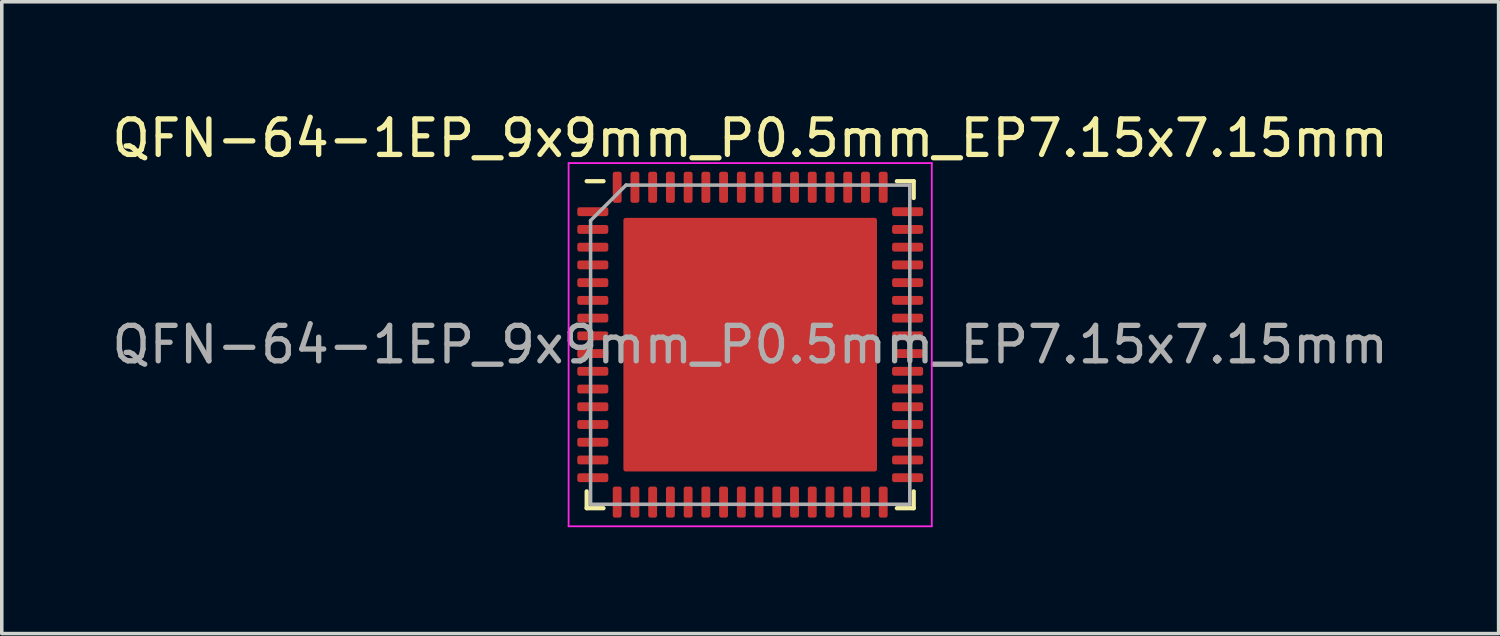
<source format=kicad_pcb>
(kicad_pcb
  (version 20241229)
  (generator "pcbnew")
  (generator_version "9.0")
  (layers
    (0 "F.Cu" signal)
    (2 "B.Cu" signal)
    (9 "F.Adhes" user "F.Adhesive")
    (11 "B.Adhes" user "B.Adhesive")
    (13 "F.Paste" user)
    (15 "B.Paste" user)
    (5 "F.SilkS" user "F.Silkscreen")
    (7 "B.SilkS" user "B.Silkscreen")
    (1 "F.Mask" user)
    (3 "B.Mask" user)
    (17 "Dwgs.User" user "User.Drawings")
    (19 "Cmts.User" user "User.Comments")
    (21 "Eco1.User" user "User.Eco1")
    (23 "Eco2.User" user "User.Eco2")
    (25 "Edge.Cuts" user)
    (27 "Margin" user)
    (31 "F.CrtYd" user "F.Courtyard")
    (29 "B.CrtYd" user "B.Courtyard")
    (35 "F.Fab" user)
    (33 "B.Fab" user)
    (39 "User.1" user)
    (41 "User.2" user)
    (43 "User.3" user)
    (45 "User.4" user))
  (footprint "QFN-64-1EP_9x9mm_P0.5mm_EP7.15x7.15mm"
    (layer "F.Cu")
    (at 18.101 6.668)
    (property "Reference" "QFN-64-1EP_9x9mm_P0.5mm_EP7.15x7.15mm" (at 0 -5.82 0) (layer "F.SilkS") (effects (font (size 1 1) (thickness 0.15))))
    (attr smd)
    (fp_line (start -4.61 4.61) (end -4.61 4.135) (stroke (width 0.12) (type solid)) (layer "F.SilkS"))
    (fp_line (start -4.135 -4.61) (end -4.61 -4.61) (stroke (width 0.12) (type solid)) (layer "F.SilkS"))
    (fp_line (start -4.135 4.61) (end -4.61 4.61) (stroke (width 0.12) (type solid)) (layer "F.SilkS"))
    (fp_line (start 4.135 -4.61) (end 4.61 -4.61) (stroke (width 0.12) (type solid)) (layer "F.SilkS"))
    (fp_line (start 4.135 4.61) (end 4.61 4.61) (stroke (width 0.12) (type solid)) (layer "F.SilkS"))
    (fp_line (start 4.61 -4.61) (end 4.61 -4.135) (stroke (width 0.12) (type solid)) (layer "F.SilkS"))
    (fp_line (start 4.61 4.61) (end 4.61 4.135) (stroke (width 0.12) (type solid)) (layer "F.SilkS"))
    (fp_line (start -5.12 -5.12) (end -5.12 5.12) (stroke (width 0.05) (type solid)) (layer "F.CrtYd"))
    (fp_line (start -5.12 5.12) (end 5.12 5.12) (stroke (width 0.05) (type solid)) (layer "F.CrtYd"))
    (fp_line (start 5.12 -5.12) (end -5.12 -5.12) (stroke (width 0.05) (type solid)) (layer "F.CrtYd"))
    (fp_line (start 5.12 5.12) (end 5.12 -5.12) (stroke (width 0.05) (type solid)) (layer "F.CrtYd"))
    (fp_line (start -4.5 -3.5) (end -3.5 -4.5) (stroke (width 0.1) (type solid)) (layer "F.Fab"))
    (fp_line (start -4.5 4.5) (end -4.5 -3.5) (stroke (width 0.1) (type solid)) (layer "F.Fab"))
    (fp_line (start -3.5 -4.5) (end 4.5 -4.5) (stroke (width 0.1) (type solid)) (layer "F.Fab"))
    (fp_line (start 4.5 -4.5) (end 4.5 4.5) (stroke (width 0.1) (type solid)) (layer "F.Fab"))
    (fp_line (start 4.5 4.5) (end -4.5 4.5) (stroke (width 0.1) (type solid)) (layer "F.Fab"))
    (fp_text user "${REFERENCE}" (at 0 0 0) (layer "F.Fab") (effects (font (size 1 1) (thickness 0.15))))
    (pad "" smd roundrect (at -2.86 -2.86) (size 1.15 1.15) (layers "F.Paste") (roundrect_rratio 0.217))
    (pad "" smd roundrect (at -2.86 -1.43) (size 1.15 1.15) (layers "F.Paste") (roundrect_rratio 0.217))
    (pad "" smd roundrect (at -2.86 0) (size 1.15 1.15) (layers "F.Paste") (roundrect_rratio 0.217))
    (pad "" smd roundrect (at -2.86 1.43) (size 1.15 1.15) (layers "F.Paste") (roundrect_rratio 0.217))
    (pad "" smd roundrect (at -2.86 2.86) (size 1.15 1.15) (layers "F.Paste") (roundrect_rratio 0.217))
    (pad "" smd roundrect (at -1.43 -2.86) (size 1.15 1.15) (layers "F.Paste") (roundrect_rratio 0.217))
    (pad "" smd roundrect (at -1.43 -1.43) (size 1.15 1.15) (layers "F.Paste") (roundrect_rratio 0.217))
    (pad "" smd roundrect (at -1.43 0) (size 1.15 1.15) (layers "F.Paste") (roundrect_rratio 0.217))
    (pad "" smd roundrect (at -1.43 1.43) (size 1.15 1.15) (layers "F.Paste") (roundrect_rratio 0.217))
    (pad "" smd roundrect (at -1.43 2.86) (size 1.15 1.15) (layers "F.Paste") (roundrect_rratio 0.217))
    (pad "" smd roundrect (at 0 -2.86) (size 1.15 1.15) (layers "F.Paste") (roundrect_rratio 0.217))
    (pad "" smd roundrect (at 0 -1.43) (size 1.15 1.15) (layers "F.Paste") (roundrect_rratio 0.217))
    (pad "" smd roundrect (at 0 0) (size 1.15 1.15) (layers "F.Paste") (roundrect_rratio 0.217))
    (pad "" smd roundrect (at 0 1.43) (size 1.15 1.15) (layers "F.Paste") (roundrect_rratio 0.217))
    (pad "" smd roundrect (at 0 2.86) (size 1.15 1.15) (layers "F.Paste") (roundrect_rratio 0.217))
    (pad "" smd roundrect (at 1.43 -2.86) (size 1.15 1.15) (layers "F.Paste") (roundrect_rratio 0.217))
    (pad "" smd roundrect (at 1.43 -1.43) (size 1.15 1.15) (layers "F.Paste") (roundrect_rratio 0.217))
    (pad "" smd roundrect (at 1.43 0) (size 1.15 1.15) (layers "F.Paste") (roundrect_rratio 0.217))
    (pad "" smd roundrect (at 1.43 1.43) (size 1.15 1.15) (layers "F.Paste") (roundrect_rratio 0.217))
    (pad "" smd roundrect (at 1.43 2.86) (size 1.15 1.15) (layers "F.Paste") (roundrect_rratio 0.217))
    (pad "" smd roundrect (at 2.86 -2.86) (size 1.15 1.15) (layers "F.Paste") (roundrect_rratio 0.217))
    (pad "" smd roundrect (at 2.86 -1.43) (size 1.15 1.15) (layers "F.Paste") (roundrect_rratio 0.217))
    (pad "" smd roundrect (at 2.86 0) (size 1.15 1.15) (layers "F.Paste") (roundrect_rratio 0.217))
    (pad "" smd roundrect (at 2.86 1.43) (size 1.15 1.15) (layers "F.Paste") (roundrect_rratio 0.217))
    (pad "" smd roundrect (at 2.86 2.86) (size 1.15 1.15) (layers "F.Paste") (roundrect_rratio 0.217))
    (pad "1" smd roundrect (at -4.438 -3.75) (size 0.875 0.25) (layers "F.Cu" "F.Mask" "F.Paste") (roundrect_rratio 0.25))
    (pad "2" smd roundrect (at -4.438 -3.25) (size 0.875 0.25) (layers "F.Cu" "F.Mask" "F.Paste") (roundrect_rratio 0.25))
    (pad "3" smd roundrect (at -4.438 -2.75) (size 0.875 0.25) (layers "F.Cu" "F.Mask" "F.Paste") (roundrect_rratio 0.25))
    (pad "4" smd roundrect (at -4.438 -2.25) (size 0.875 0.25) (layers "F.Cu" "F.Mask" "F.Paste") (roundrect_rratio 0.25))
    (pad "5" smd roundrect (at -4.438 -1.75) (size 0.875 0.25) (layers "F.Cu" "F.Mask" "F.Paste") (roundrect_rratio 0.25))
    (pad "6" smd roundrect (at -4.438 -1.25) (size 0.875 0.25) (layers "F.Cu" "F.Mask" "F.Paste") (roundrect_rratio 0.25))
    (pad "7" smd roundrect (at -4.438 -0.75) (size 0.875 0.25) (layers "F.Cu" "F.Mask" "F.Paste") (roundrect_rratio 0.25))
    (pad "8" smd roundrect (at -4.438 -0.25) (size 0.875 0.25) (layers "F.Cu" "F.Mask" "F.Paste") (roundrect_rratio 0.25))
    (pad "9" smd roundrect (at -4.438 0.25) (size 0.875 0.25) (layers "F.Cu" "F.Mask" "F.Paste") (roundrect_rratio 0.25))
    (pad "10" smd roundrect (at -4.438 0.75) (size 0.875 0.25) (layers "F.Cu" "F.Mask" "F.Paste") (roundrect_rratio 0.25))
    (pad "11" smd roundrect (at -4.438 1.25) (size 0.875 0.25) (layers "F.Cu" "F.Mask" "F.Paste") (roundrect_rratio 0.25))
    (pad "12" smd roundrect (at -4.438 1.75) (size 0.875 0.25) (layers "F.Cu" "F.Mask" "F.Paste") (roundrect_rratio 0.25))
    (pad "13" smd roundrect (at -4.438 2.25) (size 0.875 0.25) (layers "F.Cu" "F.Mask" "F.Paste") (roundrect_rratio 0.25))
    (pad "14" smd roundrect (at -4.438 2.75) (size 0.875 0.25) (layers "F.Cu" "F.Mask" "F.Paste") (roundrect_rratio 0.25))
    (pad "15" smd roundrect (at -4.438 3.25) (size 0.875 0.25) (layers "F.Cu" "F.Mask" "F.Paste") (roundrect_rratio 0.25))
    (pad "16" smd roundrect (at -4.438 3.75) (size 0.875 0.25) (layers "F.Cu" "F.Mask" "F.Paste") (roundrect_rratio 0.25))
    (pad "17" smd roundrect (at -3.75 4.438) (size 0.25 0.875) (layers "F.Cu" "F.Mask" "F.Paste") (roundrect_rratio 0.25))
    (pad "18" smd roundrect (at -3.25 4.438) (size 0.25 0.875) (layers "F.Cu" "F.Mask" "F.Paste") (roundrect_rratio 0.25))
    (pad "19" smd roundrect (at -2.75 4.438) (size 0.25 0.875) (layers "F.Cu" "F.Mask" "F.Paste") (roundrect_rratio 0.25))
    (pad "20" smd roundrect (at -2.25 4.438) (size 0.25 0.875) (layers "F.Cu" "F.Mask" "F.Paste") (roundrect_rratio 0.25))
    (pad "21" smd roundrect (at -1.75 4.438) (size 0.25 0.875) (layers "F.Cu" "F.Mask" "F.Paste") (roundrect_rratio 0.25))
    (pad "22" smd roundrect (at -1.25 4.438) (size 0.25 0.875) (layers "F.Cu" "F.Mask" "F.Paste") (roundrect_rratio 0.25))
    (pad "23" smd roundrect (at -0.75 4.438) (size 0.25 0.875) (layers "F.Cu" "F.Mask" "F.Paste") (roundrect_rratio 0.25))
    (pad "24" smd roundrect (at -0.25 4.438) (size 0.25 0.875) (layers "F.Cu" "F.Mask" "F.Paste") (roundrect_rratio 0.25))
    (pad "25" smd roundrect (at 0.25 4.438) (size 0.25 0.875) (layers "F.Cu" "F.Mask" "F.Paste") (roundrect_rratio 0.25))
    (pad "26" smd roundrect (at 0.75 4.438) (size 0.25 0.875) (layers "F.Cu" "F.Mask" "F.Paste") (roundrect_rratio 0.25))
    (pad "27" smd roundrect (at 1.25 4.438) (size 0.25 0.875) (layers "F.Cu" "F.Mask" "F.Paste") (roundrect_rratio 0.25))
    (pad "28" smd roundrect (at 1.75 4.438) (size 0.25 0.875) (layers "F.Cu" "F.Mask" "F.Paste") (roundrect_rratio 0.25))
    (pad "29" smd roundrect (at 2.25 4.438) (size 0.25 0.875) (layers "F.Cu" "F.Mask" "F.Paste") (roundrect_rratio 0.25))
    (pad "30" smd roundrect (at 2.75 4.438) (size 0.25 0.875) (layers "F.Cu" "F.Mask" "F.Paste") (roundrect_rratio 0.25))
    (pad "31" smd roundrect (at 3.25 4.438) (size 0.25 0.875) (layers "F.Cu" "F.Mask" "F.Paste") (roundrect_rratio 0.25))
    (pad "32" smd roundrect (at 3.75 4.438) (size 0.25 0.875) (layers "F.Cu" "F.Mask" "F.Paste") (roundrect_rratio 0.25))
    (pad "33" smd roundrect (at 4.438 3.75) (size 0.875 0.25) (layers "F.Cu" "F.Mask" "F.Paste") (roundrect_rratio 0.25))
    (pad "34" smd roundrect (at 4.438 3.25) (size 0.875 0.25) (layers "F.Cu" "F.Mask" "F.Paste") (roundrect_rratio 0.25))
    (pad "35" smd roundrect (at 4.438 2.75) (size 0.875 0.25) (layers "F.Cu" "F.Mask" "F.Paste") (roundrect_rratio 0.25))
    (pad "36" smd roundrect (at 4.438 2.25) (size 0.875 0.25) (layers "F.Cu" "F.Mask" "F.Paste") (roundrect_rratio 0.25))
    (pad "37" smd roundrect (at 4.438 1.75) (size 0.875 0.25) (layers "F.Cu" "F.Mask" "F.Paste") (roundrect_rratio 0.25))
    (pad "38" smd roundrect (at 4.438 1.25) (size 0.875 0.25) (layers "F.Cu" "F.Mask" "F.Paste") (roundrect_rratio 0.25))
    (pad "39" smd roundrect (at 4.438 0.75) (size 0.875 0.25) (layers "F.Cu" "F.Mask" "F.Paste") (roundrect_rratio 0.25))
    (pad "40" smd roundrect (at 4.438 0.25) (size 0.875 0.25) (layers "F.Cu" "F.Mask" "F.Paste") (roundrect_rratio 0.25))
    (pad "41" smd roundrect (at 4.438 -0.25) (size 0.875 0.25) (layers "F.Cu" "F.Mask" "F.Paste") (roundrect_rratio 0.25))
    (pad "42" smd roundrect (at 4.438 -0.75) (size 0.875 0.25) (layers "F.Cu" "F.Mask" "F.Paste") (roundrect_rratio 0.25))
    (pad "43" smd roundrect (at 4.438 -1.25) (size 0.875 0.25) (layers "F.Cu" "F.Mask" "F.Paste") (roundrect_rratio 0.25))
    (pad "44" smd roundrect (at 4.438 -1.75) (size 0.875 0.25) (layers "F.Cu" "F.Mask" "F.Paste") (roundrect_rratio 0.25))
    (pad "45" smd roundrect (at 4.438 -2.25) (size 0.875 0.25) (layers "F.Cu" "F.Mask" "F.Paste") (roundrect_rratio 0.25))
    (pad "46" smd roundrect (at 4.438 -2.75) (size 0.875 0.25) (layers "F.Cu" "F.Mask" "F.Paste") (roundrect_rratio 0.25))
    (pad "47" smd roundrect (at 4.438 -3.25) (size 0.875 0.25) (layers "F.Cu" "F.Mask" "F.Paste") (roundrect_rratio 0.25))
    (pad "48" smd roundrect (at 4.438 -3.75) (size 0.875 0.25) (layers "F.Cu" "F.Mask" "F.Paste") (roundrect_rratio 0.25))
    (pad "49" smd roundrect (at 3.75 -4.438) (size 0.25 0.875) (layers "F.Cu" "F.Mask" "F.Paste") (roundrect_rratio 0.25))
    (pad "50" smd roundrect (at 3.25 -4.438) (size 0.25 0.875) (layers "F.Cu" "F.Mask" "F.Paste") (roundrect_rratio 0.25))
    (pad "51" smd roundrect (at 2.75 -4.438) (size 0.25 0.875) (layers "F.Cu" "F.Mask" "F.Paste") (roundrect_rratio 0.25))
    (pad "52" smd roundrect (at 2.25 -4.438) (size 0.25 0.875) (layers "F.Cu" "F.Mask" "F.Paste") (roundrect_rratio 0.25))
    (pad "53" smd roundrect (at 1.75 -4.438) (size 0.25 0.875) (layers "F.Cu" "F.Mask" "F.Paste") (roundrect_rratio 0.25))
    (pad "54" smd roundrect (at 1.25 -4.438) (size 0.25 0.875) (layers "F.Cu" "F.Mask" "F.Paste") (roundrect_rratio 0.25))
    (pad "55" smd roundrect (at 0.75 -4.438) (size 0.25 0.875) (layers "F.Cu" "F.Mask" "F.Paste") (roundrect_rratio 0.25))
    (pad "56" smd roundrect (at 0.25 -4.438) (size 0.25 0.875) (layers "F.Cu" "F.Mask" "F.Paste") (roundrect_rratio 0.25))
    (pad "57" smd roundrect (at -0.25 -4.438) (size 0.25 0.875) (layers "F.Cu" "F.Mask" "F.Paste") (roundrect_rratio 0.25))
    (pad "58" smd roundrect (at -0.75 -4.438) (size 0.25 0.875) (layers "F.Cu" "F.Mask" "F.Paste") (roundrect_rratio 0.25))
    (pad "59" smd roundrect (at -1.25 -4.438) (size 0.25 0.875) (layers "F.Cu" "F.Mask" "F.Paste") (roundrect_rratio 0.25))
    (pad "60" smd roundrect (at -1.75 -4.438) (size 0.25 0.875) (layers "F.Cu" "F.Mask" "F.Paste") (roundrect_rratio 0.25))
    (pad "61" smd roundrect (at -2.25 -4.438) (size 0.25 0.875) (layers "F.Cu" "F.Mask" "F.Paste") (roundrect_rratio 0.25))
    (pad "62" smd roundrect (at -2.75 -4.438) (size 0.25 0.875) (layers "F.Cu" "F.Mask" "F.Paste") (roundrect_rratio 0.25))
    (pad "63" smd roundrect (at -3.25 -4.438) (size 0.25 0.875) (layers "F.Cu" "F.Mask" "F.Paste") (roundrect_rratio 0.25))
    (pad "64" smd roundrect (at -3.75 -4.438) (size 0.25 0.875) (layers "F.Cu" "F.Mask" "F.Paste") (roundrect_rratio 0.25))
    (pad "65" smd roundrect (at 0 0) (size 7.15 7.15) (layers "F.Cu" "F.Mask") (roundrect_rratio 0.009)))
  (gr_rect
    (start -3 -3)
    (end 39.202 14.813)
    (stroke (width 0.1) (type default))
    (fill no)
    (layer "Edge.Cuts")))
</source>
